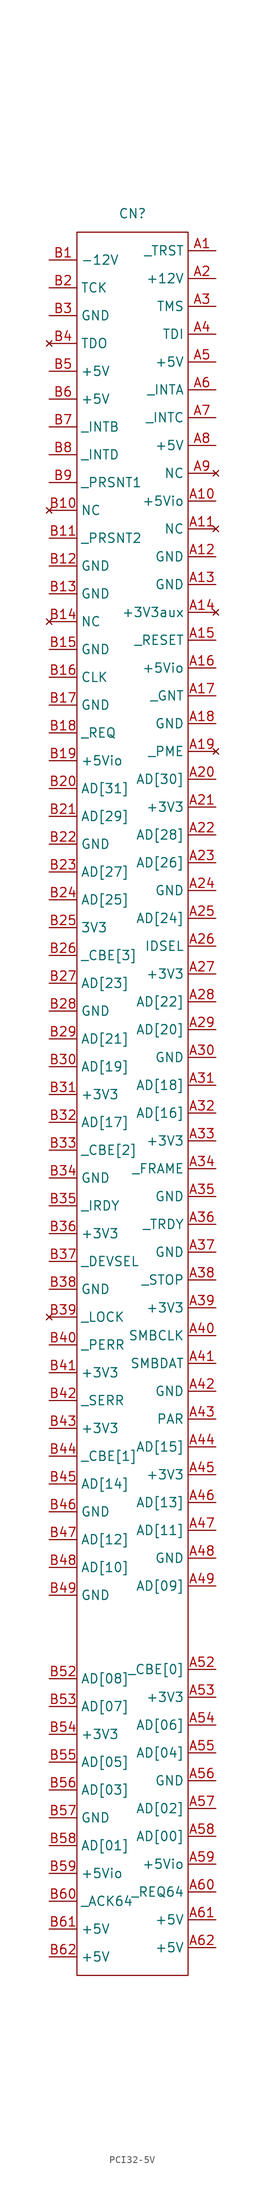
<source format=kicad_sym>
(kicad_symbol_lib
  (version 20231120)
  (generator "kicad_symbol_editor")
  (generator_version "8.0")
  (symbol "PCI32-5V"
    (property "Reference" "CN"
      (at 0 119.38 0)
      (effects (font (size 1.27 1.27))))
    (symbol "PCI32-5V_0_0"
      (pin input line (at 11.43 114.3 180) (length 3.81) (name "_TRST" (effects (font (size 1.27 1.27)))) (number "A1" (effects (font (size 1.27 1.27)))))
      (pin power_in line (at 11.43 80.01 180) (length 3.81) (name "+5Vio" (effects (font (size 1.27 1.27)))) (number "A10" (effects (font (size 1.27 1.27)))))
      (pin no_connect line (at 11.43 76.2 180) (length 3.81) (name "NC" (effects (font (size 1.27 1.27)))) (number "A11" (effects (font (size 1.27 1.27)))))
      (pin power_in line (at 11.43 72.39 180) (length 3.81) (name "GND" (effects (font (size 1.27 1.27)))) (number "A12" (effects (font (size 1.27 1.27)))))
      (pin power_in line (at 11.43 68.58 180) (length 3.81) (name "GND" (effects (font (size 1.27 1.27)))) (number "A13" (effects (font (size 1.27 1.27)))))
      (pin no_connect line (at 11.43 64.77 180) (length 3.81) (name "+3V3aux" (effects (font (size 1.27 1.27)))) (number "A14" (effects (font (size 1.27 1.27)))))
      (pin input line (at 11.43 60.96 180) (length 3.81) (name "_RESET" (effects (font (size 1.27 1.27)))) (number "A15" (effects (font (size 1.27 1.27)))))
      (pin power_in line (at 11.43 57.15 180) (length 3.81) (name "+5Vio" (effects (font (size 1.27 1.27)))) (number "A16" (effects (font (size 1.27 1.27)))))
      (pin input line (at 11.43 53.34 180) (length 3.81) (name "_GNT" (effects (font (size 1.27 1.27)))) (number "A17" (effects (font (size 1.27 1.27)))))
      (pin power_in line (at 11.43 49.53 180) (length 3.81) (name "GND" (effects (font (size 1.27 1.27)))) (number "A18" (effects (font (size 1.27 1.27)))))
      (pin no_connect line (at 11.43 45.72 180) (length 3.81) (name "_PME" (effects (font (size 1.27 1.27)))) (number "A19" (effects (font (size 1.27 1.27)))))
      (pin power_in line (at 11.43 110.49 180) (length 3.81) (name "+12V" (effects (font (size 1.27 1.27)))) (number "A2" (effects (font (size 1.27 1.27)))))
      (pin bidirectional line (at 11.43 41.91 180) (length 3.81) (name "AD[30]" (effects (font (size 1.27 1.27)))) (number "A20" (effects (font (size 1.27 1.27)))))
      (pin power_in line (at 11.43 38.1 180) (length 3.81) (name "+3V3" (effects (font (size 1.27 1.27)))) (number "A21" (effects (font (size 1.27 1.27)))))
      (pin bidirectional line (at 11.43 34.29 180) (length 3.81) (name "AD[28]" (effects (font (size 1.27 1.27)))) (number "A22" (effects (font (size 1.27 1.27)))))
      (pin bidirectional line (at 11.43 30.48 180) (length 3.81) (name "AD[26]" (effects (font (size 1.27 1.27)))) (number "A23" (effects (font (size 1.27 1.27)))))
      (pin power_in line (at 11.43 26.67 180) (length 3.81) (name "GND" (effects (font (size 1.27 1.27)))) (number "A24" (effects (font (size 1.27 1.27)))))
      (pin bidirectional line (at 11.43 22.86 180) (length 3.81) (name "AD[24]" (effects (font (size 1.27 1.27)))) (number "A25" (effects (font (size 1.27 1.27)))))
      (pin input line (at 11.43 19.05 180) (length 3.81) (name "IDSEL" (effects (font (size 1.27 1.27)))) (number "A26" (effects (font (size 1.27 1.27)))))
      (pin power_in line (at 11.43 15.24 180) (length 3.81) (name "+3V3" (effects (font (size 1.27 1.27)))) (number "A27" (effects (font (size 1.27 1.27)))))
      (pin bidirectional line (at 11.43 11.43 180) (length 3.81) (name "AD[22]" (effects (font (size 1.27 1.27)))) (number "A28" (effects (font (size 1.27 1.27)))))
      (pin bidirectional line (at 11.43 7.62 180) (length 3.81) (name "AD[20]" (effects (font (size 1.27 1.27)))) (number "A29" (effects (font (size 1.27 1.27)))))
      (pin input line (at 11.43 106.68 180) (length 3.81) (name "TMS" (effects (font (size 1.27 1.27)))) (number "A3" (effects (font (size 1.27 1.27)))))
      (pin power_in line (at 11.43 3.81 180) (length 3.81) (name "GND" (effects (font (size 1.27 1.27)))) (number "A30" (effects (font (size 1.27 1.27)))))
      (pin bidirectional line (at 11.43 0 180) (length 3.81) (name "AD[18]" (effects (font (size 1.27 1.27)))) (number "A31" (effects (font (size 1.27 1.27)))))
      (pin bidirectional line (at 11.43 -3.81 180) (length 3.81) (name "AD[16]" (effects (font (size 1.27 1.27)))) (number "A32" (effects (font (size 1.27 1.27)))))
      (pin power_in line (at 11.43 -7.62 180) (length 3.81) (name "+3V3" (effects (font (size 1.27 1.27)))) (number "A33" (effects (font (size 1.27 1.27)))))
      (pin bidirectional line (at 11.43 -11.43 180) (length 3.81) (name "_FRAME" (effects (font (size 1.27 1.27)))) (number "A34" (effects (font (size 1.27 1.27)))))
      (pin power_in line (at 11.43 -15.24 180) (length 3.81) (name "GND" (effects (font (size 1.27 1.27)))) (number "A35" (effects (font (size 1.27 1.27)))))
      (pin bidirectional line (at 11.43 -19.05 180) (length 3.81) (name "_TRDY" (effects (font (size 1.27 1.27)))) (number "A36" (effects (font (size 1.27 1.27)))))
      (pin power_in line (at 11.43 -22.86 180) (length 3.81) (name "GND" (effects (font (size 1.27 1.27)))) (number "A37" (effects (font (size 1.27 1.27)))))
      (pin bidirectional line (at 11.43 -26.67 180) (length 3.81) (name "_STOP" (effects (font (size 1.27 1.27)))) (number "A38" (effects (font (size 1.27 1.27)))))
      (pin power_in line (at 11.43 -30.48 180) (length 3.81) (name "+3V3" (effects (font (size 1.27 1.27)))) (number "A39" (effects (font (size 1.27 1.27)))))
      (pin input line (at 11.43 102.87 180) (length 3.81) (name "TDI" (effects (font (size 1.27 1.27)))) (number "A4" (effects (font (size 1.27 1.27)))))
      (pin input line (at 11.43 -34.29 180) (length 3.81) (name "SMBCLK" (effects (font (size 1.27 1.27)))) (number "A40" (effects (font (size 1.27 1.27)))))
      (pin input line (at 11.43 -38.1 180) (length 3.81) (name "SMBDAT" (effects (font (size 1.27 1.27)))) (number "A41" (effects (font (size 1.27 1.27)))))
      (pin power_in line (at 11.43 -41.91 180) (length 3.81) (name "GND" (effects (font (size 1.27 1.27)))) (number "A42" (effects (font (size 1.27 1.27)))))
      (pin input line (at 11.43 -45.72 180) (length 3.81) (name "PAR" (effects (font (size 1.27 1.27)))) (number "A43" (effects (font (size 1.27 1.27)))))
      (pin bidirectional line (at 11.43 -49.53 180) (length 3.81) (name "AD[15]" (effects (font (size 1.27 1.27)))) (number "A44" (effects (font (size 1.27 1.27)))))
      (pin power_in line (at 11.43 -53.34 180) (length 3.81) (name "+3V3" (effects (font (size 1.27 1.27)))) (number "A45" (effects (font (size 1.27 1.27)))))
      (pin bidirectional line (at 11.43 -57.15 180) (length 3.81) (name "AD[13]" (effects (font (size 1.27 1.27)))) (number "A46" (effects (font (size 1.27 1.27)))))
      (pin bidirectional line (at 11.43 -60.96 180) (length 3.81) (name "AD[11]" (effects (font (size 1.27 1.27)))) (number "A47" (effects (font (size 1.27 1.27)))))
      (pin power_in line (at 11.43 -64.77 180) (length 3.81) (name "GND" (effects (font (size 1.27 1.27)))) (number "A48" (effects (font (size 1.27 1.27)))))
      (pin bidirectional line (at 11.43 -68.58 180) (length 3.81) (name "AD[09]" (effects (font (size 1.27 1.27)))) (number "A49" (effects (font (size 1.27 1.27)))))
      (pin power_in line (at 11.43 99.06 180) (length 3.81) (name "+5V" (effects (font (size 1.27 1.27)))) (number "A5" (effects (font (size 1.27 1.27)))))
      (pin input line (at 11.43 -80.01 180) (length 3.81) (name "_CBE[0]" (effects (font (size 1.27 1.27)))) (number "A52" (effects (font (size 1.27 1.27)))))
      (pin power_in line (at 11.43 -83.82 180) (length 3.81) (name "+3V3" (effects (font (size 1.27 1.27)))) (number "A53" (effects (font (size 1.27 1.27)))))
      (pin bidirectional line (at 11.43 -87.63 180) (length 3.81) (name "AD[06]" (effects (font (size 1.27 1.27)))) (number "A54" (effects (font (size 1.27 1.27)))))
      (pin bidirectional line (at 11.43 -91.44 180) (length 3.81) (name "AD[04]" (effects (font (size 1.27 1.27)))) (number "A55" (effects (font (size 1.27 1.27)))))
      (pin power_in line (at 11.43 -95.25 180) (length 3.81) (name "GND" (effects (font (size 1.27 1.27)))) (number "A56" (effects (font (size 1.27 1.27)))))
      (pin bidirectional line (at 11.43 -99.06 180) (length 3.81) (name "AD[02]" (effects (font (size 1.27 1.27)))) (number "A57" (effects (font (size 1.27 1.27)))))
      (pin bidirectional line (at 11.43 -102.87 180) (length 3.81) (name "AD[00]" (effects (font (size 1.27 1.27)))) (number "A58" (effects (font (size 1.27 1.27)))))
      (pin power_in line (at 11.43 -106.68 180) (length 3.81) (name "+5Vio" (effects (font (size 1.27 1.27)))) (number "A59" (effects (font (size 1.27 1.27)))))
      (pin output line (at 11.43 95.25 180) (length 3.81) (name "_INTA" (effects (font (size 1.27 1.27)))) (number "A6" (effects (font (size 1.27 1.27)))))
      (pin output line (at 11.43 -110.49 180) (length 3.81) (name "_REQ64" (effects (font (size 1.27 1.27)))) (number "A60" (effects (font (size 1.27 1.27)))))
      (pin power_in line (at 11.43 -114.3 180) (length 3.81) (name "+5V" (effects (font (size 1.27 1.27)))) (number "A61" (effects (font (size 1.27 1.27)))))
      (pin power_in line (at 11.43 -118.11 180) (length 3.81) (name "+5V" (effects (font (size 1.27 1.27)))) (number "A62" (effects (font (size 1.27 1.27)))))
      (pin output line (at 11.43 91.44 180) (length 3.81) (name "_INTC" (effects (font (size 1.27 1.27)))) (number "A7" (effects (font (size 1.27 1.27)))))
      (pin power_in line (at 11.43 87.63 180) (length 3.81) (name "+5V" (effects (font (size 1.27 1.27)))) (number "A8" (effects (font (size 1.27 1.27)))))
      (pin no_connect line (at 11.43 83.82 180) (length 3.81) (name "NC" (effects (font (size 1.27 1.27)))) (number "A9" (effects (font (size 1.27 1.27)))))
      (pin power_in line (at -11.43 113.03 0) (length 3.81) (name "-12V" (effects (font (size 1.27 1.27)))) (number "B1" (effects (font (size 1.27 1.27)))))
      (pin no_connect line (at -11.43 78.74 0) (length 3.81) (name "NC" (effects (font (size 1.27 1.27)))) (number "B10" (effects (font (size 1.27 1.27)))))
      (pin output line (at -11.43 74.93 0) (length 3.81) (name "_PRSNT2" (effects (font (size 1.27 1.27)))) (number "B11" (effects (font (size 1.27 1.27)))))
      (pin power_in line (at -11.43 71.12 0) (length 3.81) (name "GND" (effects (font (size 1.27 1.27)))) (number "B12" (effects (font (size 1.27 1.27)))))
      (pin power_in line (at -11.43 67.31 0) (length 3.81) (name "GND" (effects (font (size 1.27 1.27)))) (number "B13" (effects (font (size 1.27 1.27)))))
      (pin no_connect line (at -11.43 63.5 0) (length 3.81) (name "NC" (effects (font (size 1.27 1.27)))) (number "B14" (effects (font (size 1.27 1.27)))))
      (pin power_in line (at -11.43 59.69 0) (length 3.81) (name "GND" (effects (font (size 1.27 1.27)))) (number "B15" (effects (font (size 1.27 1.27)))))
      (pin input line (at -11.43 55.88 0) (length 3.81) (name "CLK" (effects (font (size 1.27 1.27)))) (number "B16" (effects (font (size 1.27 1.27)))))
      (pin power_in line (at -11.43 52.07 0) (length 3.81) (name "GND" (effects (font (size 1.27 1.27)))) (number "B17" (effects (font (size 1.27 1.27)))))
      (pin output line (at -11.43 48.26 0) (length 3.81) (name "_REQ" (effects (font (size 1.27 1.27)))) (number "B18" (effects (font (size 1.27 1.27)))))
      (pin power_in line (at -11.43 44.45 0) (length 3.81) (name "+5Vio" (effects (font (size 1.27 1.27)))) (number "B19" (effects (font (size 1.27 1.27)))))
      (pin input line (at -11.43 109.22 0) (length 3.81) (name "TCK" (effects (font (size 1.27 1.27)))) (number "B2" (effects (font (size 1.27 1.27)))))
      (pin bidirectional line (at -11.43 40.64 0) (length 3.81) (name "AD[31]" (effects (font (size 1.27 1.27)))) (number "B20" (effects (font (size 1.27 1.27)))))
      (pin bidirectional line (at -11.43 36.83 0) (length 3.81) (name "AD[29]" (effects (font (size 1.27 1.27)))) (number "B21" (effects (font (size 1.27 1.27)))))
      (pin power_in line (at -11.43 33.02 0) (length 3.81) (name "GND" (effects (font (size 1.27 1.27)))) (number "B22" (effects (font (size 1.27 1.27)))))
      (pin bidirectional line (at -11.43 29.21 0) (length 3.81) (name "AD[27]" (effects (font (size 1.27 1.27)))) (number "B23" (effects (font (size 1.27 1.27)))))
      (pin bidirectional line (at -11.43 25.4 0) (length 3.81) (name "AD[25]" (effects (font (size 1.27 1.27)))) (number "B24" (effects (font (size 1.27 1.27)))))
      (pin power_in line (at -11.43 21.59 0) (length 3.81) (name "3V3" (effects (font (size 1.27 1.27)))) (number "B25" (effects (font (size 1.27 1.27)))))
      (pin input line (at -11.43 17.78 0) (length 3.81) (name "_CBE[3]" (effects (font (size 1.27 1.27)))) (number "B26" (effects (font (size 1.27 1.27)))))
      (pin bidirectional line (at -11.43 13.97 0) (length 3.81) (name "AD[23]" (effects (font (size 1.27 1.27)))) (number "B27" (effects (font (size 1.27 1.27)))))
      (pin power_in line (at -11.43 10.16 0) (length 3.81) (name "GND" (effects (font (size 1.27 1.27)))) (number "B28" (effects (font (size 1.27 1.27)))))
      (pin bidirectional line (at -11.43 6.35 0) (length 3.81) (name "AD[21]" (effects (font (size 1.27 1.27)))) (number "B29" (effects (font (size 1.27 1.27)))))
      (pin power_in line (at -11.43 105.41 0) (length 3.81) (name "GND" (effects (font (size 1.27 1.27)))) (number "B3" (effects (font (size 1.27 1.27)))))
      (pin bidirectional line (at -11.43 2.54 0) (length 3.81) (name "AD[19]" (effects (font (size 1.27 1.27)))) (number "B30" (effects (font (size 1.27 1.27)))))
      (pin power_in line (at -11.43 -1.27 0) (length 3.81) (name "+3V3" (effects (font (size 1.27 1.27)))) (number "B31" (effects (font (size 1.27 1.27)))))
      (pin bidirectional line (at -11.43 -5.08 0) (length 3.81) (name "AD[17]" (effects (font (size 1.27 1.27)))) (number "B32" (effects (font (size 1.27 1.27)))))
      (pin input line (at -11.43 -8.89 0) (length 3.81) (name "_CBE[2]" (effects (font (size 1.27 1.27)))) (number "B33" (effects (font (size 1.27 1.27)))))
      (pin power_in line (at -11.43 -12.7 0) (length 3.81) (name "GND" (effects (font (size 1.27 1.27)))) (number "B34" (effects (font (size 1.27 1.27)))))
      (pin bidirectional line (at -11.43 -16.51 0) (length 3.81) (name "_IRDY" (effects (font (size 1.27 1.27)))) (number "B35" (effects (font (size 1.27 1.27)))))
      (pin power_in line (at -11.43 -20.32 0) (length 3.81) (name "+3V3" (effects (font (size 1.27 1.27)))) (number "B36" (effects (font (size 1.27 1.27)))))
      (pin bidirectional line (at -11.43 -24.13 0) (length 3.81) (name "_DEVSEL" (effects (font (size 1.27 1.27)))) (number "B37" (effects (font (size 1.27 1.27)))))
      (pin power_in line (at -11.43 -27.94 0) (length 3.81) (name "GND" (effects (font (size 1.27 1.27)))) (number "B38" (effects (font (size 1.27 1.27)))))
      (pin no_connect line (at -11.43 -31.75 0) (length 3.81) (name "_LOCK" (effects (font (size 1.27 1.27)))) (number "B39" (effects (font (size 1.27 1.27)))))
      (pin no_connect line (at -11.43 101.6 0) (length 3.81) (name "TDO" (effects (font (size 1.27 1.27)))) (number "B4" (effects (font (size 1.27 1.27)))))
      (pin output line (at -11.43 -35.56 0) (length 3.81) (name "_PERR" (effects (font (size 1.27 1.27)))) (number "B40" (effects (font (size 1.27 1.27)))))
      (pin power_in line (at -11.43 -39.37 0) (length 3.81) (name "+3V3" (effects (font (size 1.27 1.27)))) (number "B41" (effects (font (size 1.27 1.27)))))
      (pin output line (at -11.43 -43.18 0) (length 3.81) (name "_SERR" (effects (font (size 1.27 1.27)))) (number "B42" (effects (font (size 1.27 1.27)))))
      (pin power_in line (at -11.43 -46.99 0) (length 3.81) (name "+3V3" (effects (font (size 1.27 1.27)))) (number "B43" (effects (font (size 1.27 1.27)))))
      (pin input line (at -11.43 -50.8 0) (length 3.81) (name "_CBE[1]" (effects (font (size 1.27 1.27)))) (number "B44" (effects (font (size 1.27 1.27)))))
      (pin bidirectional line (at -11.43 -54.61 0) (length 3.81) (name "AD[14]" (effects (font (size 1.27 1.27)))) (number "B45" (effects (font (size 1.27 1.27)))))
      (pin power_in line (at -11.43 -58.42 0) (length 3.81) (name "GND" (effects (font (size 1.27 1.27)))) (number "B46" (effects (font (size 1.27 1.27)))))
      (pin bidirectional line (at -11.43 -62.23 0) (length 3.81) (name "AD[12]" (effects (font (size 1.27 1.27)))) (number "B47" (effects (font (size 1.27 1.27)))))
      (pin bidirectional line (at -11.43 -66.04 0) (length 3.81) (name "AD[10]" (effects (font (size 1.27 1.27)))) (number "B48" (effects (font (size 1.27 1.27)))))
      (pin power_in line (at -11.43 -69.85 0) (length 3.81) (name "GND" (effects (font (size 1.27 1.27)))) (number "B49" (effects (font (size 1.27 1.27)))))
      (pin power_in line (at -11.43 97.79 0) (length 3.81) (name "+5V" (effects (font (size 1.27 1.27)))) (number "B5" (effects (font (size 1.27 1.27)))))
      (pin bidirectional line (at -11.43 -81.28 0) (length 3.81) (name "AD[08]" (effects (font (size 1.27 1.27)))) (number "B52" (effects (font (size 1.27 1.27)))))
      (pin bidirectional line (at -11.43 -85.09 0) (length 3.81) (name "AD[07]" (effects (font (size 1.27 1.27)))) (number "B53" (effects (font (size 1.27 1.27)))))
      (pin power_in line (at -11.43 -88.9 0) (length 3.81) (name "+3V3" (effects (font (size 1.27 1.27)))) (number "B54" (effects (font (size 1.27 1.27)))))
      (pin bidirectional line (at -11.43 -92.71 0) (length 3.81) (name "AD[05]" (effects (font (size 1.27 1.27)))) (number "B55" (effects (font (size 1.27 1.27)))))
      (pin bidirectional line (at -11.43 -96.52 0) (length 3.81) (name "AD[03]" (effects (font (size 1.27 1.27)))) (number "B56" (effects (font (size 1.27 1.27)))))
      (pin power_in line (at -11.43 -100.33 0) (length 3.81) (name "GND" (effects (font (size 1.27 1.27)))) (number "B57" (effects (font (size 1.27 1.27)))))
      (pin bidirectional line (at -11.43 -104.14 0) (length 3.81) (name "AD[01]" (effects (font (size 1.27 1.27)))) (number "B58" (effects (font (size 1.27 1.27)))))
      (pin power_in line (at -11.43 -107.95 0) (length 3.81) (name "+5Vio" (effects (font (size 1.27 1.27)))) (number "B59" (effects (font (size 1.27 1.27)))))
      (pin power_in line (at -11.43 93.98 0) (length 3.81) (name "+5V" (effects (font (size 1.27 1.27)))) (number "B6" (effects (font (size 1.27 1.27)))))
      (pin output line (at -11.43 -111.76 0) (length 3.81) (name "_ACK64" (effects (font (size 1.27 1.27)))) (number "B60" (effects (font (size 1.27 1.27)))))
      (pin power_in line (at -11.43 -115.57 0) (length 3.81) (name "+5V" (effects (font (size 1.27 1.27)))) (number "B61" (effects (font (size 1.27 1.27)))))
      (pin power_in line (at -11.43 -119.38 0) (length 3.81) (name "+5V" (effects (font (size 1.27 1.27)))) (number "B62" (effects (font (size 1.27 1.27)))))
      (pin output line (at -11.43 90.17 0) (length 3.81) (name "_INTB" (effects (font (size 1.27 1.27)))) (number "B7" (effects (font (size 1.27 1.27)))))
      (pin output line (at -11.43 86.36 0) (length 3.81) (name "_INTD" (effects (font (size 1.27 1.27)))) (number "B8" (effects (font (size 1.27 1.27)))))
      (pin output line (at -11.43 82.55 0) (length 3.81) (name "_PRSNT1" (effects (font (size 1.27 1.27)))) (number "B9" (effects (font (size 1.27 1.27))))))
    (symbol "PCI32-5V_0_1"
      (rectangle (start -7.62 116.84) (end 7.62 -121.92) (stroke (width 0.152) (type default)) (fill (type none))))))
</source>
